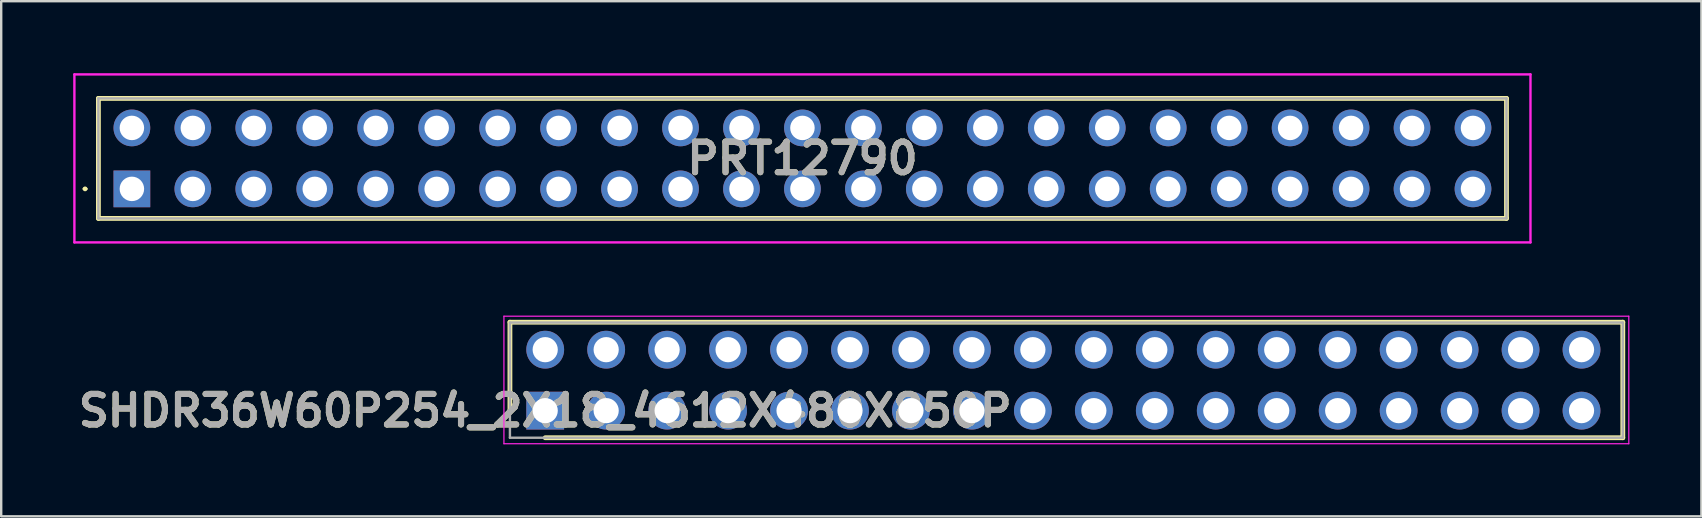
<source format=kicad_pcb>
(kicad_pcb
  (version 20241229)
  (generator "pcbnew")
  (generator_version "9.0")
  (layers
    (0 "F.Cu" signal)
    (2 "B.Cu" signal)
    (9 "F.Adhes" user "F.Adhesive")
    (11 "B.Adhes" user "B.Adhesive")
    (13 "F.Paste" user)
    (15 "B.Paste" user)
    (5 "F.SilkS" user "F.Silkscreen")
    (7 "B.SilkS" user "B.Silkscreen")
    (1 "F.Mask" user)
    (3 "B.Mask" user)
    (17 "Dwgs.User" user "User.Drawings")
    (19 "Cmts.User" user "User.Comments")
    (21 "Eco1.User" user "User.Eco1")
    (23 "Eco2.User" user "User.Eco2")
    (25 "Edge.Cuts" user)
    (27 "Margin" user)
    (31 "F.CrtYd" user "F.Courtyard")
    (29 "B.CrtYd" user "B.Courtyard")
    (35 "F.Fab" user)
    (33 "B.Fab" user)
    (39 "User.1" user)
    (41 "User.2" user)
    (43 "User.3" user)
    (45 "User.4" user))
  (footprint "SHDR36W60P254_2X18_4612X480X850P"
    (layer "F.Cu")
    (at 19.667 14.06)
    (property "Reference" "SHDR36W60P254_2X18_4612X480X850P" (at 0 0 0) (layer "F.SilkS") (effects (font (size 1.27 1.27) (thickness 0.254))))
    (attr through_hole)
    (fp_line (start -1.47 -3.685) (end -1.47 0) (stroke (width 0.2) (type solid)) (layer "F.SilkS"))
    (fp_line (start 0 1.13) (end 44.9 1.13) (stroke (width 0.2) (type solid)) (layer "F.SilkS"))
    (fp_line (start 44.9 -3.685) (end -1.47 -3.685) (stroke (width 0.2) (type solid)) (layer "F.SilkS"))
    (fp_line (start 44.9 1.13) (end 44.9 -3.685) (stroke (width 0.2) (type solid)) (layer "F.SilkS"))
    (fp_line (start -1.72 -3.935) (end 45.15 -3.935) (stroke (width 0.05) (type solid)) (layer "F.CrtYd"))
    (fp_line (start -1.72 1.38) (end -1.72 -3.935) (stroke (width 0.05) (type solid)) (layer "F.CrtYd"))
    (fp_line (start 45.15 -3.935) (end 45.15 1.38) (stroke (width 0.05) (type solid)) (layer "F.CrtYd"))
    (fp_line (start 45.15 1.38) (end -1.72 1.38) (stroke (width 0.05) (type solid)) (layer "F.CrtYd"))
    (fp_line (start -1.47 -3.67) (end 44.9 -3.67) (stroke (width 0.1) (type solid)) (layer "F.Fab"))
    (fp_line (start -1.47 1.13) (end -1.47 -3.67) (stroke (width 0.1) (type solid)) (layer "F.Fab"))
    (fp_line (start 44.9 -3.67) (end 44.9 1.13) (stroke (width 0.1) (type solid)) (layer "F.Fab"))
    (fp_line (start 44.9 1.13) (end -1.47 1.13) (stroke (width 0.1) (type solid)) (layer "F.Fab"))
    (fp_text user "${REFERENCE}" (at 0 0 0) (layer "F.Fab") (effects (font (size 1.27 1.27) (thickness 0.254))))
    (pad "1" thru_hole rect (at 0 0) (size 1.575 1.575) (drill 1.05) (layers "*.Cu" "*.Mask"))
    (pad "2" thru_hole circle (at 0 -2.54) (size 1.575 1.575) (drill 1.05) (layers "*.Cu" "*.Mask"))
    (pad "3" thru_hole circle (at 2.54 0) (size 1.575 1.575) (drill 1.05) (layers "*.Cu" "*.Mask"))
    (pad "4" thru_hole circle (at 2.54 -2.54) (size 1.575 1.575) (drill 1.05) (layers "*.Cu" "*.Mask"))
    (pad "5" thru_hole circle (at 5.08 0) (size 1.575 1.575) (drill 1.05) (layers "*.Cu" "*.Mask"))
    (pad "6" thru_hole circle (at 5.08 -2.54) (size 1.575 1.575) (drill 1.05) (layers "*.Cu" "*.Mask"))
    (pad "7" thru_hole circle (at 7.62 0) (size 1.575 1.575) (drill 1.05) (layers "*.Cu" "*.Mask"))
    (pad "8" thru_hole circle (at 7.62 -2.54) (size 1.575 1.575) (drill 1.05) (layers "*.Cu" "*.Mask"))
    (pad "9" thru_hole circle (at 10.16 0) (size 1.575 1.575) (drill 1.05) (layers "*.Cu" "*.Mask"))
    (pad "10" thru_hole circle (at 10.16 -2.54) (size 1.575 1.575) (drill 1.05) (layers "*.Cu" "*.Mask"))
    (pad "11" thru_hole circle (at 12.7 0) (size 1.575 1.575) (drill 1.05) (layers "*.Cu" "*.Mask"))
    (pad "12" thru_hole circle (at 12.7 -2.54) (size 1.575 1.575) (drill 1.05) (layers "*.Cu" "*.Mask"))
    (pad "13" thru_hole circle (at 15.24 0) (size 1.575 1.575) (drill 1.05) (layers "*.Cu" "*.Mask"))
    (pad "14" thru_hole circle (at 15.24 -2.54) (size 1.575 1.575) (drill 1.05) (layers "*.Cu" "*.Mask"))
    (pad "15" thru_hole circle (at 17.78 0) (size 1.575 1.575) (drill 1.05) (layers "*.Cu" "*.Mask"))
    (pad "16" thru_hole circle (at 17.78 -2.54) (size 1.575 1.575) (drill 1.05) (layers "*.Cu" "*.Mask"))
    (pad "17" thru_hole circle (at 20.32 0) (size 1.575 1.575) (drill 1.05) (layers "*.Cu" "*.Mask"))
    (pad "18" thru_hole circle (at 20.32 -2.54) (size 1.575 1.575) (drill 1.05) (layers "*.Cu" "*.Mask"))
    (pad "19" thru_hole circle (at 22.86 0) (size 1.575 1.575) (drill 1.05) (layers "*.Cu" "*.Mask"))
    (pad "20" thru_hole circle (at 22.86 -2.54) (size 1.575 1.575) (drill 1.05) (layers "*.Cu" "*.Mask"))
    (pad "21" thru_hole circle (at 25.4 0) (size 1.575 1.575) (drill 1.05) (layers "*.Cu" "*.Mask"))
    (pad "22" thru_hole circle (at 25.4 -2.54) (size 1.575 1.575) (drill 1.05) (layers "*.Cu" "*.Mask"))
    (pad "23" thru_hole circle (at 27.94 0) (size 1.575 1.575) (drill 1.05) (layers "*.Cu" "*.Mask"))
    (pad "24" thru_hole circle (at 27.94 -2.54) (size 1.575 1.575) (drill 1.05) (layers "*.Cu" "*.Mask"))
    (pad "25" thru_hole circle (at 30.48 0) (size 1.575 1.575) (drill 1.05) (layers "*.Cu" "*.Mask"))
    (pad "26" thru_hole circle (at 30.48 -2.54) (size 1.575 1.575) (drill 1.05) (layers "*.Cu" "*.Mask"))
    (pad "27" thru_hole circle (at 33.02 0) (size 1.575 1.575) (drill 1.05) (layers "*.Cu" "*.Mask"))
    (pad "28" thru_hole circle (at 33.02 -2.54) (size 1.575 1.575) (drill 1.05) (layers "*.Cu" "*.Mask"))
    (pad "29" thru_hole circle (at 35.56 0) (size 1.575 1.575) (drill 1.05) (layers "*.Cu" "*.Mask"))
    (pad "30" thru_hole circle (at 35.56 -2.54) (size 1.575 1.575) (drill 1.05) (layers "*.Cu" "*.Mask"))
    (pad "31" thru_hole circle (at 38.1 0) (size 1.575 1.575) (drill 1.05) (layers "*.Cu" "*.Mask"))
    (pad "32" thru_hole circle (at 38.1 -2.54) (size 1.575 1.575) (drill 1.05) (layers "*.Cu" "*.Mask"))
    (pad "33" thru_hole circle (at 40.64 0) (size 1.575 1.575) (drill 1.05) (layers "*.Cu" "*.Mask"))
    (pad "34" thru_hole circle (at 40.64 -2.54) (size 1.575 1.575) (drill 1.05) (layers "*.Cu" "*.Mask"))
    (pad "35" thru_hole circle (at 43.18 0) (size 1.575 1.575) (drill 1.05) (layers "*.Cu" "*.Mask"))
    (pad "36" thru_hole circle (at 43.18 -2.54) (size 1.575 1.575) (drill 1.05) (layers "*.Cu" "*.Mask")))
  (footprint "PRT12790"
    (layer "F.Cu")
    (at 2.445 4.82)
    (property "Reference" "PRT12790" (at 27.94 -1.27 0) (layer "F.SilkS") (effects (font (size 1.27 1.27) (thickness 0.254))))
    (attr through_hole)
    (fp_line (start -2 0) (end -2 0) (stroke (width 0.1) (type solid)) (layer "F.SilkS"))
    (fp_line (start -1.9 0) (end -1.9 0) (stroke (width 0.1) (type solid)) (layer "F.SilkS"))
    (fp_line (start -1.395 -3.77) (end 57.275 -3.77) (stroke (width 0.2) (type solid)) (layer "F.SilkS"))
    (fp_line (start -1.395 1.23) (end -1.395 -3.77) (stroke (width 0.2) (type solid)) (layer "F.SilkS"))
    (fp_line (start 57.275 -3.77) (end 57.275 1.23) (stroke (width 0.2) (type solid)) (layer "F.SilkS"))
    (fp_line (start 57.275 1.23) (end -1.395 1.23) (stroke (width 0.2) (type solid)) (layer "F.SilkS"))
    (fp_arc (start -2 0) (mid -1.95 -0.05) (end -1.9 0) (stroke (width 0.1) (type solid)) (layer "F.SilkS"))
    (fp_arc (start -1.9 0) (mid -1.95 0.05) (end -2 0) (stroke (width 0.1) (type solid)) (layer "F.SilkS"))
    (fp_line (start -2.395 -4.77) (end 58.275 -4.77) (stroke (width 0.1) (type solid)) (layer "F.CrtYd"))
    (fp_line (start -2.395 2.23) (end -2.395 -4.77) (stroke (width 0.1) (type solid)) (layer "F.CrtYd"))
    (fp_line (start 58.275 -4.77) (end 58.275 2.23) (stroke (width 0.1) (type solid)) (layer "F.CrtYd"))
    (fp_line (start 58.275 2.23) (end -2.395 2.23) (stroke (width 0.1) (type solid)) (layer "F.CrtYd"))
    (fp_line (start -1.395 -3.77) (end 57.275 -3.77) (stroke (width 0.1) (type solid)) (layer "F.Fab"))
    (fp_line (start -1.395 1.23) (end -1.395 -3.77) (stroke (width 0.1) (type solid)) (layer "F.Fab"))
    (fp_line (start 57.275 -3.77) (end 57.275 1.23) (stroke (width 0.1) (type solid)) (layer "F.Fab"))
    (fp_line (start 57.275 1.23) (end -1.395 1.23) (stroke (width 0.1) (type solid)) (layer "F.Fab"))
    (fp_text user "${REFERENCE}" (at 27.94 -1.27 0) (layer "F.Fab") (effects (font (size 1.27 1.27) (thickness 0.254))))
    (pad "1" thru_hole rect (at 0 0) (size 1.53 1.53) (drill 1.02) (layers "*.Cu" "*.Mask"))
    (pad "2" thru_hole circle (at 0 -2.54) (size 1.53 1.53) (drill 1.02) (layers "*.Cu" "*.Mask"))
    (pad "3" thru_hole circle (at 2.54 0) (size 1.53 1.53) (drill 1.02) (layers "*.Cu" "*.Mask"))
    (pad "4" thru_hole circle (at 2.54 -2.54) (size 1.53 1.53) (drill 1.02) (layers "*.Cu" "*.Mask"))
    (pad "5" thru_hole circle (at 5.08 0) (size 1.53 1.53) (drill 1.02) (layers "*.Cu" "*.Mask"))
    (pad "6" thru_hole circle (at 5.08 -2.54) (size 1.53 1.53) (drill 1.02) (layers "*.Cu" "*.Mask"))
    (pad "7" thru_hole circle (at 7.62 0) (size 1.53 1.53) (drill 1.02) (layers "*.Cu" "*.Mask"))
    (pad "8" thru_hole circle (at 7.62 -2.54) (size 1.53 1.53) (drill 1.02) (layers "*.Cu" "*.Mask"))
    (pad "9" thru_hole circle (at 10.16 0) (size 1.53 1.53) (drill 1.02) (layers "*.Cu" "*.Mask"))
    (pad "10" thru_hole circle (at 10.16 -2.54) (size 1.53 1.53) (drill 1.02) (layers "*.Cu" "*.Mask"))
    (pad "11" thru_hole circle (at 12.7 0) (size 1.53 1.53) (drill 1.02) (layers "*.Cu" "*.Mask"))
    (pad "12" thru_hole circle (at 12.7 -2.54) (size 1.53 1.53) (drill 1.02) (layers "*.Cu" "*.Mask"))
    (pad "13" thru_hole circle (at 15.24 0) (size 1.53 1.53) (drill 1.02) (layers "*.Cu" "*.Mask"))
    (pad "14" thru_hole circle (at 15.24 -2.54) (size 1.53 1.53) (drill 1.02) (layers "*.Cu" "*.Mask"))
    (pad "15" thru_hole circle (at 17.78 0) (size 1.53 1.53) (drill 1.02) (layers "*.Cu" "*.Mask"))
    (pad "16" thru_hole circle (at 17.78 -2.54) (size 1.53 1.53) (drill 1.02) (layers "*.Cu" "*.Mask"))
    (pad "17" thru_hole circle (at 20.32 0) (size 1.53 1.53) (drill 1.02) (layers "*.Cu" "*.Mask"))
    (pad "18" thru_hole circle (at 20.32 -2.54) (size 1.53 1.53) (drill 1.02) (layers "*.Cu" "*.Mask"))
    (pad "19" thru_hole circle (at 22.86 0) (size 1.53 1.53) (drill 1.02) (layers "*.Cu" "*.Mask"))
    (pad "20" thru_hole circle (at 22.86 -2.54) (size 1.53 1.53) (drill 1.02) (layers "*.Cu" "*.Mask"))
    (pad "21" thru_hole circle (at 25.4 0) (size 1.53 1.53) (drill 1.02) (layers "*.Cu" "*.Mask"))
    (pad "22" thru_hole circle (at 25.4 -2.54) (size 1.53 1.53) (drill 1.02) (layers "*.Cu" "*.Mask"))
    (pad "23" thru_hole circle (at 27.94 0) (size 1.53 1.53) (drill 1.02) (layers "*.Cu" "*.Mask"))
    (pad "24" thru_hole circle (at 27.94 -2.54) (size 1.53 1.53) (drill 1.02) (layers "*.Cu" "*.Mask"))
    (pad "25" thru_hole circle (at 30.48 0) (size 1.53 1.53) (drill 1.02) (layers "*.Cu" "*.Mask"))
    (pad "26" thru_hole circle (at 30.48 -2.54) (size 1.53 1.53) (drill 1.02) (layers "*.Cu" "*.Mask"))
    (pad "27" thru_hole circle (at 33.02 0) (size 1.53 1.53) (drill 1.02) (layers "*.Cu" "*.Mask"))
    (pad "28" thru_hole circle (at 33.02 -2.54) (size 1.53 1.53) (drill 1.02) (layers "*.Cu" "*.Mask"))
    (pad "29" thru_hole circle (at 35.56 0) (size 1.53 1.53) (drill 1.02) (layers "*.Cu" "*.Mask"))
    (pad "30" thru_hole circle (at 35.56 -2.54) (size 1.53 1.53) (drill 1.02) (layers "*.Cu" "*.Mask"))
    (pad "31" thru_hole circle (at 38.1 0) (size 1.53 1.53) (drill 1.02) (layers "*.Cu" "*.Mask"))
    (pad "32" thru_hole circle (at 38.1 -2.54) (size 1.53 1.53) (drill 1.02) (layers "*.Cu" "*.Mask"))
    (pad "33" thru_hole circle (at 40.64 0) (size 1.53 1.53) (drill 1.02) (layers "*.Cu" "*.Mask"))
    (pad "34" thru_hole circle (at 40.64 -2.54) (size 1.53 1.53) (drill 1.02) (layers "*.Cu" "*.Mask"))
    (pad "35" thru_hole circle (at 43.18 0) (size 1.53 1.53) (drill 1.02) (layers "*.Cu" "*.Mask"))
    (pad "36" thru_hole circle (at 43.18 -2.54) (size 1.53 1.53) (drill 1.02) (layers "*.Cu" "*.Mask"))
    (pad "37" thru_hole circle (at 45.72 0) (size 1.53 1.53) (drill 1.02) (layers "*.Cu" "*.Mask"))
    (pad "38" thru_hole circle (at 45.72 -2.54) (size 1.53 1.53) (drill 1.02) (layers "*.Cu" "*.Mask"))
    (pad "39" thru_hole circle (at 48.26 0) (size 1.53 1.53) (drill 1.02) (layers "*.Cu" "*.Mask"))
    (pad "40" thru_hole circle (at 48.26 -2.54) (size 1.53 1.53) (drill 1.02) (layers "*.Cu" "*.Mask"))
    (pad "41" thru_hole circle (at 50.8 0) (size 1.53 1.53) (drill 1.02) (layers "*.Cu" "*.Mask"))
    (pad "42" thru_hole circle (at 50.8 -2.54) (size 1.53 1.53) (drill 1.02) (layers "*.Cu" "*.Mask"))
    (pad "43" thru_hole circle (at 53.34 0) (size 1.53 1.53) (drill 1.02) (layers "*.Cu" "*.Mask"))
    (pad "44" thru_hole circle (at 53.34 -2.54) (size 1.53 1.53) (drill 1.02) (layers "*.Cu" "*.Mask"))
    (pad "45" thru_hole circle (at 55.88 0) (size 1.53 1.53) (drill 1.02) (layers "*.Cu" "*.Mask"))
    (pad "46" thru_hole circle (at 55.88 -2.54) (size 1.53 1.53) (drill 1.02) (layers "*.Cu" "*.Mask")))
  (gr_rect
    (start -3 -3)
    (end 67.842 18.465)
    (stroke (width 0.1) (type default))
    (fill no)
    (layer "Edge.Cuts")))
</source>
